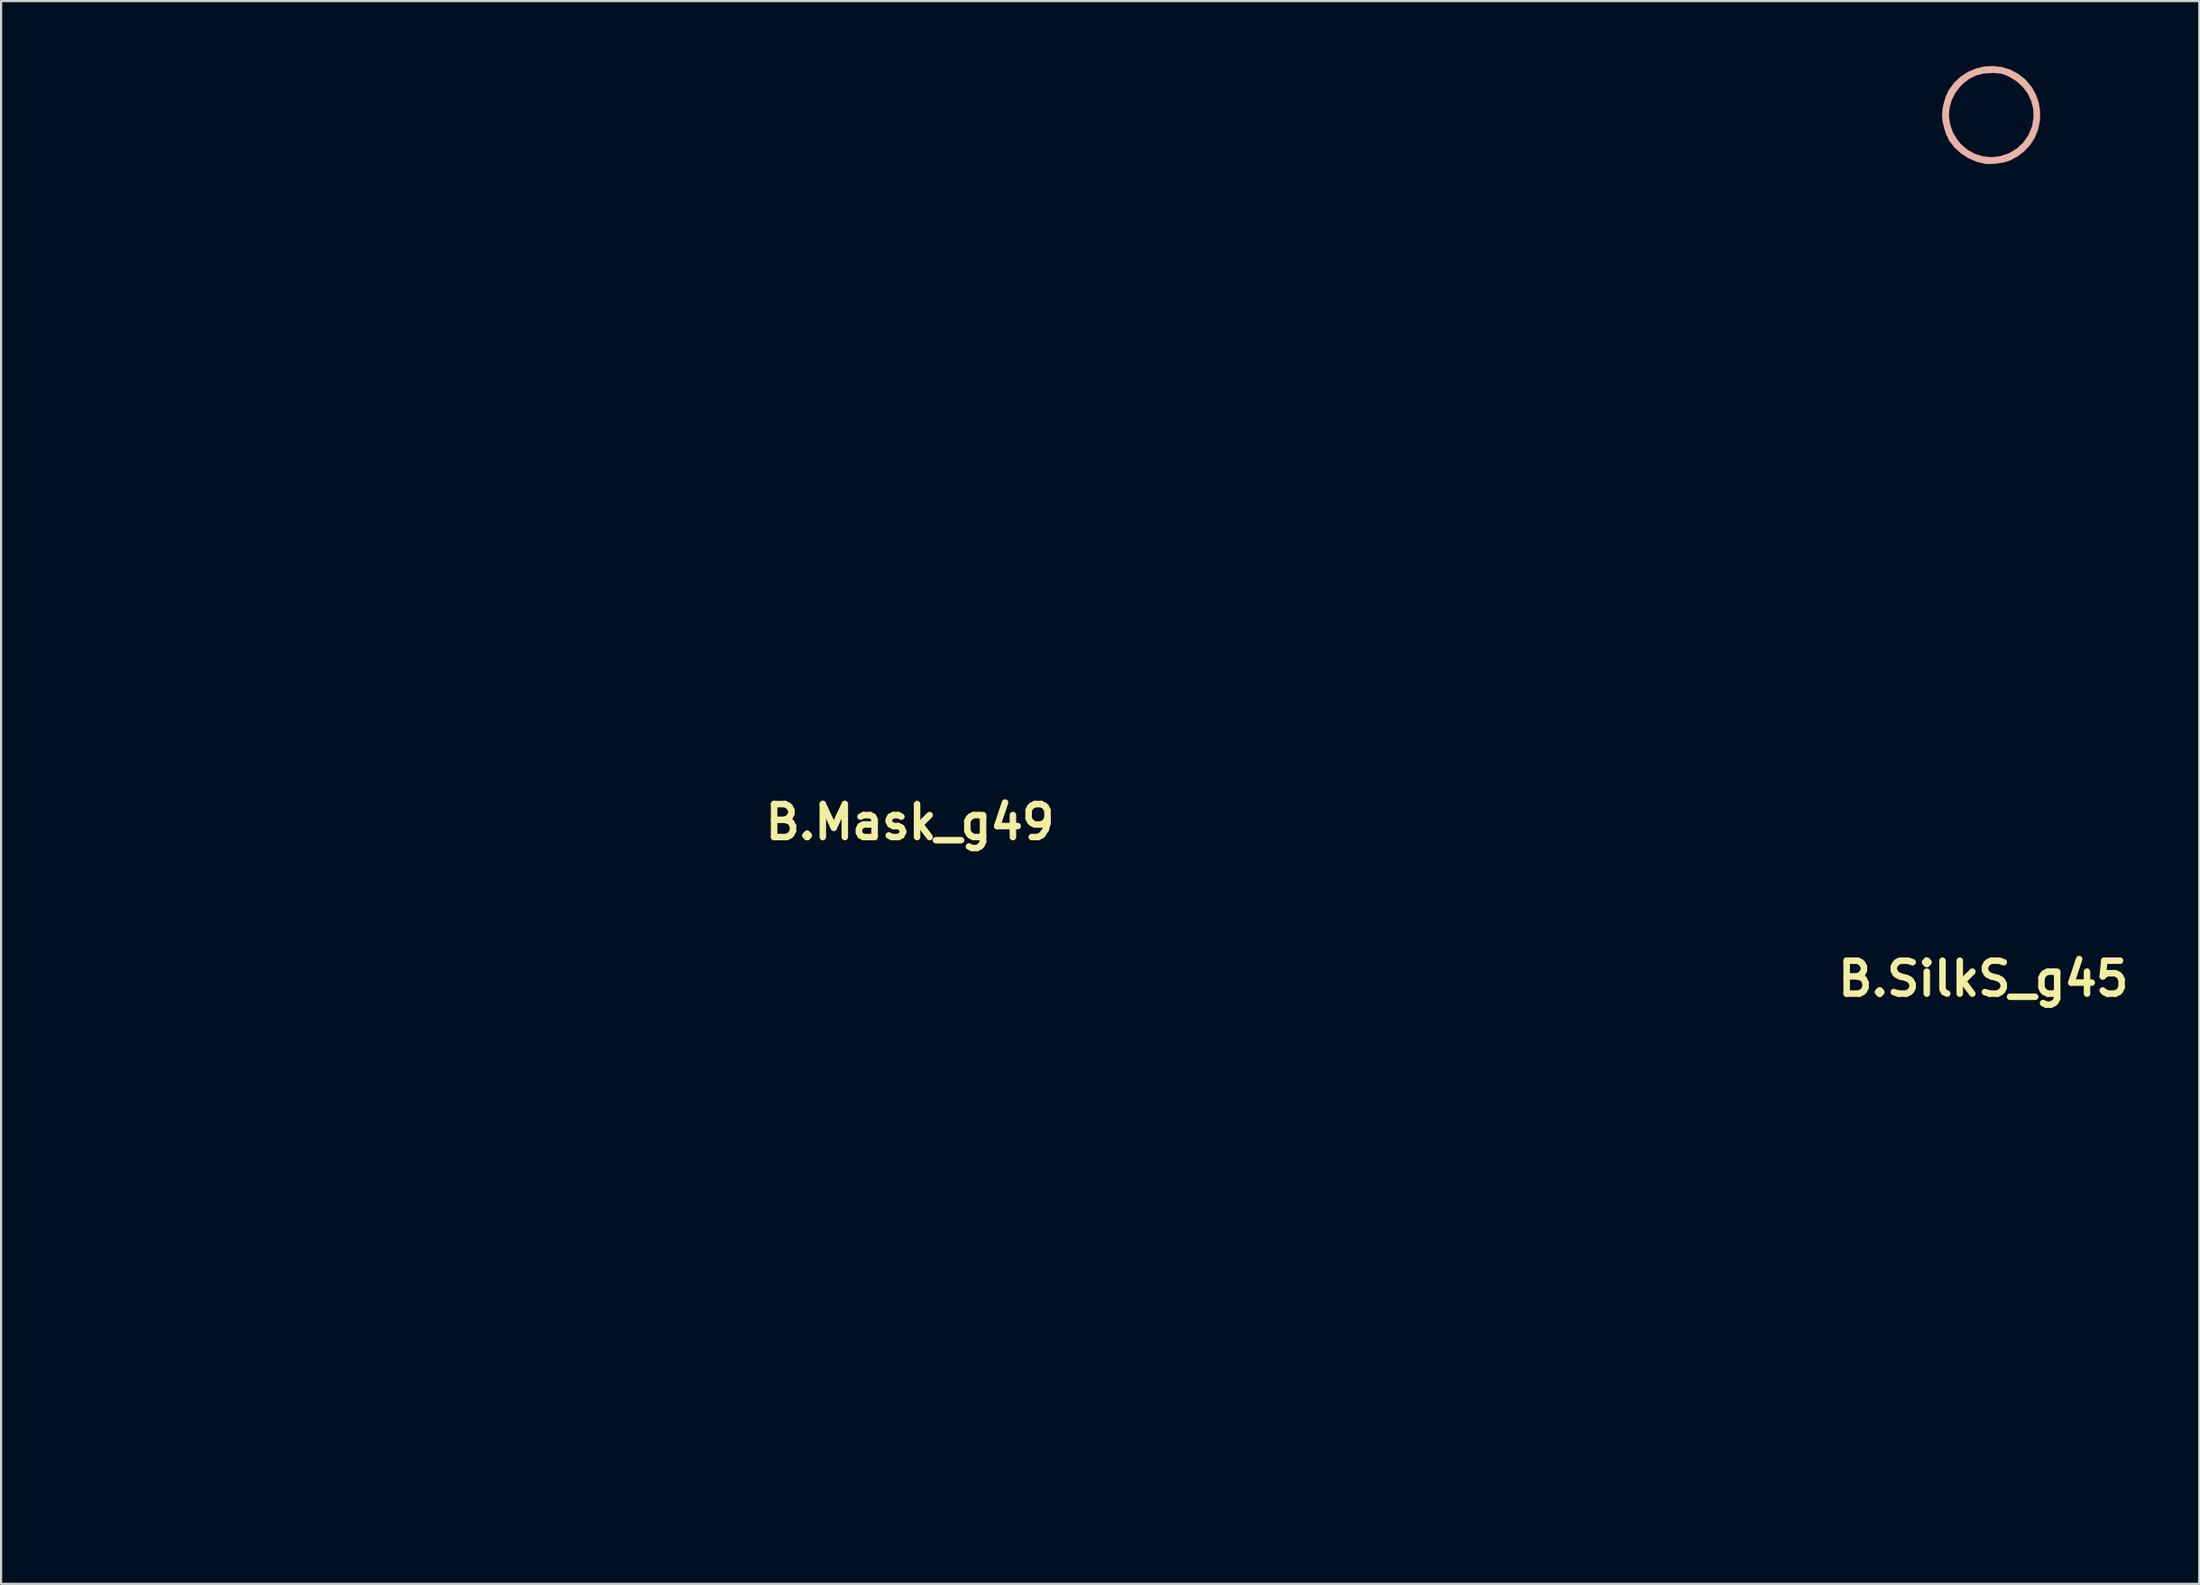
<source format=kicad_pcb>
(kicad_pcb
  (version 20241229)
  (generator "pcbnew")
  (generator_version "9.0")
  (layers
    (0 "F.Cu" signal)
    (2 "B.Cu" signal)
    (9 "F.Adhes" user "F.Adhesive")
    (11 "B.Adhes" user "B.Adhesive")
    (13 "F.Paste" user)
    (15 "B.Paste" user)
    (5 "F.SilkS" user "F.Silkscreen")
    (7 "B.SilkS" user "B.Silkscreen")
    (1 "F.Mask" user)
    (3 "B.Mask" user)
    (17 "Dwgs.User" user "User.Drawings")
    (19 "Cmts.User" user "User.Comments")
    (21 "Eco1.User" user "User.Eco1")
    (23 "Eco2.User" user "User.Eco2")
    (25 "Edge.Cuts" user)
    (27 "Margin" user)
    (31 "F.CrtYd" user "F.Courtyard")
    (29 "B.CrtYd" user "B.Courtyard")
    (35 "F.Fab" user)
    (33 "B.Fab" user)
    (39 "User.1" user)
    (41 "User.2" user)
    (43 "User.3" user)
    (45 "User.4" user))
  (footprint "B.SilkS_g45"
    (layer "F.Cu")
    (at 88.567 42.181)
    (property "Reference" "B.SilkS_g45" (at 0 0 0) (layer "F.SilkS") (effects (font (size 1.524 1.524) (thickness 0.3))))
    (attr through_hole)
    (fp_poly (pts (xy 0.868 -42.126) (xy 1.261 -42.002) (xy 1.623 -41.807) (xy 1.953 -41.54) (xy 2.22 -41.223) (xy 2.422 -40.866) (xy 2.556 -40.481) (xy 2.62 -40.076) (xy 2.611 -39.662) (xy 2.527 -39.25) (xy 2.375 -38.871) (xy 2.17 -38.547) (xy 1.902 -38.256) (xy 1.591 -38.011) (xy 1.253 -37.828) (xy 1.083 -37.766) (xy 0.875 -37.716) (xy 0.634 -37.678) (xy 0.392 -37.656) (xy 0.183 -37.654) (xy 0.106 -37.661) (xy -0.293 -37.754) (xy -0.675 -37.916) (xy -1.024 -38.139) (xy -1.326 -38.412) (xy -1.567 -38.725) (xy -1.601 -38.784) (xy -1.715 -39.03) (xy -1.81 -39.321) (xy -1.877 -39.621) (xy -1.9 -39.848) (xy -1.591 -39.848) (xy -1.537 -39.475) (xy -1.409 -39.113) (xy -1.206 -38.772) (xy -1.031 -38.562) (xy -0.726 -38.301) (xy -0.385 -38.113) (xy -0.019 -38) (xy 0.364 -37.963) (xy 0.753 -38.005) (xy 1.139 -38.126) (xy 1.218 -38.162) (xy 1.559 -38.37) (xy 1.847 -38.639) (xy 2.074 -38.963) (xy 2.233 -39.331) (xy 2.263 -39.435) (xy 2.325 -39.829) (xy 2.305 -40.215) (xy 2.21 -40.584) (xy 2.044 -40.926) (xy 1.81 -41.234) (xy 1.513 -41.496) (xy 1.203 -41.683) (xy 1.04 -41.76) (xy 0.907 -41.809) (xy 0.775 -41.838) (xy 0.611 -41.853) (xy 0.464 -41.861) (xy 0.055 -41.845) (xy -0.309 -41.759) (xy -0.639 -41.6) (xy -0.943 -41.365) (xy -1.053 -41.255) (xy -1.3 -40.936) (xy -1.472 -40.589) (xy -1.569 -40.223) (xy -1.591 -39.848) (xy -1.9 -39.848) (xy -1.905 -39.893) (xy -1.905 -39.92) (xy -1.883 -40.181) (xy -1.823 -40.473) (xy -1.734 -40.761) (xy -1.626 -41.008) (xy -1.597 -41.06) (xy -1.348 -41.403) (xy -1.047 -41.686) (xy -0.705 -41.907) (xy -0.332 -42.065) (xy 0.062 -42.155) (xy 0.465 -42.176) (xy 0.868 -42.126)) (stroke (width 0.01) (type solid)) (fill yes) (layer "B.SilkS")))
  (footprint "B.Mask_g49"
    (layer "F.Cu")
    (at 38.986 34.945)
    (property "Reference" "B.Mask_g49" (at 0 0 0) (layer "F.SilkS") (effects (font (size 1.524 1.524) (thickness 0.3))))
    (attr through_hole)
    (fp_poly (pts (xy -38.37 6.456) (xy -38.285 6.532) (xy -38.183 6.679) (xy -38.177 6.688) (xy -37.987 6.921) (xy -37.737 7.104) (xy -37.419 7.242) (xy -37.352 7.263) (xy -37.133 7.328) (xy -37.082 7.633) (xy -37.011 7.977) (xy -36.92 8.293) (xy -36.816 8.56) (xy -36.756 8.676) (xy -36.543 8.98) (xy -36.279 9.24) (xy -35.96 9.457) (xy -35.582 9.634) (xy -35.142 9.771) (xy -34.636 9.869) (xy -34.061 9.93) (xy -33.413 9.956) (xy -33.264 9.957) (xy -32.429 9.957) (xy -32.404 10.112) (xy -32.352 10.344) (xy -32.269 10.614) (xy -32.168 10.888) (xy -32.061 11.132) (xy -32.016 11.218) (xy -31.866 11.445) (xy -31.669 11.681) (xy -31.444 11.908) (xy -31.213 12.105) (xy -30.995 12.251) (xy -30.955 12.272) (xy -30.615 12.418) (xy -30.288 12.5) (xy -29.943 12.524) (xy -29.781 12.519) (xy -29.4 12.496) (xy -29.195 13.096) (xy -28.648 14.576) (xy -28.024 16.038) (xy -27.327 17.476) (xy -26.56 18.884) (xy -25.727 20.257) (xy -24.833 21.589) (xy -23.881 22.875) (xy -22.874 24.108) (xy -21.818 25.283) (xy -20.714 26.394) (xy -19.568 27.436) (xy -19.516 27.481) (xy -18.552 28.268) (xy -17.546 29.013) (xy -16.51 29.709) (xy -15.456 30.348) (xy -14.395 30.924) (xy -13.337 31.428) (xy -12.742 31.681) (xy -12.171 31.913) (xy -12.171 32.053) (xy -12.187 32.162) (xy -12.234 32.196) (xy -12.283 32.197) (xy -12.412 32.197) (xy -12.616 32.196) (xy -12.892 32.196) (xy -13.235 32.195) (xy -13.64 32.194) (xy -14.103 32.192) (xy -14.619 32.191) (xy -15.184 32.189) (xy -15.794 32.187) (xy -16.443 32.185) (xy -17.129 32.183) (xy -17.845 32.181) (xy -18.588 32.178) (xy -19.286 32.176) (xy -26.273 32.152) (xy -26.894 31.562) (xy -27.211 31.253) (xy -27.566 30.896) (xy -27.943 30.507) (xy -28.325 30.105) (xy -28.696 29.706) (xy -29.04 29.327) (xy -29.34 28.985) (xy -29.365 28.956) (xy -30.458 27.62) (xy -31.48 26.244) (xy -32.434 24.825) (xy -33.321 23.36) (xy -34.141 21.848) (xy -34.896 20.286) (xy -35.586 18.672) (xy -36.215 17.003) (xy -36.781 15.277) (xy -36.994 14.56) (xy -37.356 13.22) (xy -37.69 11.813) (xy -37.994 10.355) (xy -38.264 8.861) (xy -38.482 7.451) (xy -38.524 7.152) (xy -38.554 6.925) (xy -38.573 6.76) (xy -38.582 6.646) (xy -38.581 6.572) (xy -38.571 6.527) (xy -38.552 6.5) (xy -38.538 6.488) (xy -38.45 6.444) (xy -38.37 6.456)) (stroke (width 0.01) (type solid)) (fill yes) (layer "B.Mask"))
    (fp_poly (pts (xy 2.058 -34.912) (xy 3.602 -34.828) (xy 5.113 -34.686) (xy 6.609 -34.483) (xy 8.105 -34.217) (xy 9.618 -33.888) (xy 9.893 -33.822) (xy 11.641 -33.352) (xy 13.357 -32.805) (xy 15.04 -32.182) (xy 16.688 -31.485) (xy 18.297 -30.716) (xy 19.867 -29.877) (xy 21.394 -28.969) (xy 22.876 -27.995) (xy 24.312 -26.956) (xy 25.698 -25.853) (xy 27.034 -24.689) (xy 28.315 -23.465) (xy 29.541 -22.184) (xy 30.709 -20.846) (xy 31.817 -19.455) (xy 32.863 -18.01) (xy 33.843 -16.516) (xy 34.757 -14.972) (xy 35.601 -13.381) (xy 35.672 -13.24) (xy 35.775 -13.039) (xy 35.869 -12.868) (xy 35.946 -12.74) (xy 35.999 -12.668) (xy 36.014 -12.658) (xy 36.054 -12.621) (xy 36.068 -12.54) (xy 36.085 -12.46) (xy 36.132 -12.321) (xy 36.202 -12.139) (xy 36.289 -11.933) (xy 36.325 -11.853) (xy 36.93 -10.427) (xy 37.482 -8.945) (xy 37.978 -7.419) (xy 38.413 -5.859) (xy 38.786 -4.279) (xy 39.092 -2.69) (xy 39.329 -1.104) (xy 39.345 -0.974) (xy 39.403 -0.493) (xy 39.452 -0.058) (xy 39.492 0.344) (xy 39.524 0.727) (xy 39.55 1.105) (xy 39.569 1.493) (xy 39.583 1.903) (xy 39.593 2.349) (xy 39.598 2.846) (xy 39.601 3.407) (xy 39.601 3.704) (xy 39.6 4.298) (xy 39.596 4.822) (xy 39.589 5.288) (xy 39.577 5.711) (xy 39.56 6.105) (xy 39.538 6.483) (xy 39.509 6.859) (xy 39.473 7.247) (xy 39.429 7.66) (xy 39.375 8.114) (xy 39.345 8.361) (xy 39.084 10.132) (xy 38.74 11.887) (xy 38.315 13.622) (xy 37.81 15.334) (xy 37.227 17.021) (xy 36.567 18.678) (xy 35.831 20.303) (xy 35.02 21.893) (xy 34.136 23.444) (xy 33.18 24.954) (xy 32.153 26.418) (xy 31.927 26.721) (xy 31.388 27.424) (xy 30.86 28.083) (xy 30.329 28.715) (xy 29.778 29.337) (xy 29.195 29.965) (xy 28.564 30.617) (xy 28.228 30.956) (xy 27.136 32.046) (xy 13.468 32.046) (xy 13.454 31.93) (xy 13.453 31.89) (xy 13.466 31.853) (xy 13.503 31.811) (xy 13.571 31.76) (xy 13.681 31.693) (xy 13.841 31.603) (xy 14.061 31.485) (xy 14.256 31.381) (xy 15.579 30.649) (xy 16.828 29.893) (xy 18.013 29.106) (xy 19.143 28.281) (xy 20.229 27.411) (xy 21.278 26.491) (xy 22.113 25.698) (xy 23.243 24.532) (xy 24.298 23.326) (xy 25.279 22.08) (xy 26.186 20.792) (xy 27.019 19.463) (xy 27.778 18.093) (xy 28.463 16.681) (xy 29.076 15.227) (xy 29.613 13.737) (xy 30.05 12.307) (xy 30.414 10.872) (xy 30.706 9.424) (xy 30.927 7.956) (xy 31.079 6.461) (xy 31.161 4.931) (xy 31.175 3.36) (xy 31.159 2.591) (xy 31.121 1.648) (xy 31.068 0.775) (xy 30.998 -0.041) (xy 30.91 -0.812) (xy 30.802 -1.552) (xy 30.671 -2.274) (xy 30.517 -2.99) (xy 30.337 -3.715) (xy 30.279 -3.934) (xy 30.217 -4.164) (xy 30.178 -4.326) (xy 30.159 -4.433) (xy 30.159 -4.497) (xy 30.175 -4.531) (xy 30.186 -4.539) (xy 30.241 -4.57) (xy 30.359 -4.634) (xy 30.525 -4.723) (xy 30.725 -4.831) (xy 30.924 -4.937) (xy 31.524 -5.272) (xy 32.043 -5.595) (xy 32.483 -5.906) (xy 32.847 -6.21) (xy 33.137 -6.507) (xy 33.356 -6.801) (xy 33.505 -7.093) (xy 33.587 -7.385) (xy 33.601 -7.491) (xy 33.596 -7.798) (xy 33.532 -8.104) (xy 33.506 -8.179) (xy 33.524 -8.235) (xy 33.615 -8.317) (xy 33.747 -8.404) (xy 34.127 -8.687) (xy 34.475 -9.047) (xy 34.79 -9.479) (xy 35.069 -9.982) (xy 35.311 -10.552) (xy 35.515 -11.187) (xy 35.621 -11.615) (xy 35.664 -11.818) (xy 35.697 -11.999) (xy 35.717 -12.136) (xy 35.721 -12.21) (xy 35.717 -12.225) (xy 35.706 -12.237) (xy 35.683 -12.244) (xy 35.643 -12.246) (xy 35.581 -12.241) (xy 35.492 -12.228) (xy 35.37 -12.207) (xy 35.212 -12.176) (xy 35.011 -12.134) (xy 34.762 -12.081) (xy 34.461 -12.014) (xy 34.102 -11.934) (xy 33.681 -11.839) (xy 33.192 -11.728) (xy 32.63 -11.6) (xy 32.046 -11.467) (xy 31.494 -11.341) (xy 30.959 -11.219) (xy 30.448 -11.102) (xy 29.967 -10.993) (xy 29.523 -10.892) (xy 29.123 -10.8) (xy 28.774 -10.721) (xy 28.481 -10.654) (xy 28.252 -10.602) (xy 28.093 -10.567) (xy 28.02 -10.55) (xy 27.656 -10.469) (xy 27.388 -10.96) (xy 26.608 -12.301) (xy 25.757 -13.597) (xy 24.84 -14.846) (xy 23.857 -16.045) (xy 22.813 -17.193) (xy 21.711 -18.287) (xy 20.553 -19.324) (xy 19.343 -20.303) (xy 18.083 -21.22) (xy 16.777 -22.073) (xy 15.427 -22.861) (xy 14.036 -23.58) (xy 12.608 -24.229) (xy 11.145 -24.804) (xy 9.65 -25.305) (xy 9.204 -25.437) (xy 8.331 -25.674) (xy 7.425 -25.889) (xy 6.5 -26.082) (xy 5.57 -26.249) (xy 4.65 -26.389) (xy 3.754 -26.498) (xy 2.896 -26.576) (xy 2.09 -26.62) (xy 1.609 -26.629) (xy 1.184 -26.636) (xy 0.83 -26.657) (xy 0.531 -26.693) (xy 0.275 -26.747) (xy 0.047 -26.82) (xy -0.058 -26.863) (xy -1.163 -27.324) (xy -2.238 -27.714) (xy -3.291 -28.034) (xy -4.336 -28.289) (xy -5.38 -28.48) (xy -6.437 -28.61) (xy -7.515 -28.681) (xy -7.705 -28.687) (xy -8.907 -28.682) (xy -10.104 -28.596) (xy -11.291 -28.43) (xy -12.462 -28.186) (xy -13.613 -27.866) (xy -14.737 -27.471) (xy -15.83 -27.003) (xy -16.886 -26.463) (xy -17.9 -25.854) (xy -18.867 -25.177) (xy -18.891 -25.159) (xy -19.361 -24.786) (xy -19.847 -24.367) (xy -20.332 -23.919) (xy -20.799 -23.459) (xy -21.23 -23.003) (xy -21.608 -22.568) (xy -21.681 -22.479) (xy -22.348 -21.589) (xy -22.939 -20.667) (xy -23.454 -19.719) (xy -23.891 -18.745) (xy -24.248 -17.751) (xy -24.524 -16.738) (xy -24.678 -15.96) (xy -24.727 -15.659) (xy -24.763 -15.416) (xy -24.79 -15.203) (xy -24.81 -14.995) (xy -24.825 -14.766) (xy -24.839 -14.489) (xy -24.844 -14.381) (xy -24.873 -13.737) (xy -25.241 -13.284) (xy -25.419 -13.053) (xy -25.63 -12.764) (xy -25.864 -12.43) (xy -26.111 -12.067) (xy -26.361 -11.688) (xy -26.605 -11.308) (xy -26.833 -10.943) (xy -27.035 -10.605) (xy -27.095 -10.502) (xy -27.707 -9.364) (xy -28.256 -8.193) (xy -28.744 -6.986) (xy -29.172 -5.738) (xy -29.542 -4.444) (xy -29.854 -3.099) (xy -30.11 -1.7) (xy -30.312 -0.241) (xy -30.399 0.582) (xy -30.426 0.851) (xy -30.45 1.091) (xy -30.472 1.289) (xy -30.489 1.433) (xy -30.5 1.509) (xy -30.503 1.519) (xy -30.547 1.529) (xy -30.667 1.554) (xy -30.856 1.59) (xy -31.109 1.639) (xy -31.418 1.697) (xy -31.776 1.764) (xy -32.176 1.839) (xy -32.613 1.92) (xy -33.078 2.006) (xy -33.566 2.096) (xy -34.07 2.189) (xy -34.582 2.283) (xy -35.097 2.378) (xy -35.607 2.471) (xy -36.105 2.562) (xy -36.585 2.65) (xy -37.04 2.732) (xy -37.464 2.809) (xy -37.849 2.878) (xy -38.188 2.939) (xy -38.476 2.99) (xy -38.705 3.03) (xy -38.869 3.058) (xy -38.96 3.072) (xy -38.977 3.074) (xy -38.981 3.027) (xy -38.981 2.906) (xy -38.976 2.725) (xy -38.968 2.493) (xy -38.956 2.223) (xy -38.942 1.925) (xy -38.926 1.612) (xy -38.909 1.296) (xy -38.891 0.986) (xy -38.872 0.696) (xy -38.854 0.436) (xy -38.839 0.254) (xy -38.647 -1.514) (xy -38.373 -3.262) (xy -38.019 -4.988) (xy -37.586 -6.69) (xy -37.075 -8.366) (xy -36.487 -10.013) (xy -35.824 -11.629) (xy -35.087 -13.212) (xy -34.277 -14.76) (xy -33.395 -16.271) (xy -32.442 -17.742) (xy -31.421 -19.172) (xy -30.331 -20.557) (xy -29.174 -21.897) (xy -27.952 -23.188) (xy -26.666 -24.429) (xy -25.316 -25.617) (xy -23.905 -26.751) (xy -23.41 -27.124) (xy -21.961 -28.148) (xy -20.457 -29.11) (xy -18.903 -30.007) (xy -17.307 -30.836) (xy -15.673 -31.595) (xy -14.007 -32.28) (xy -12.315 -32.888) (xy -10.88 -33.338) (xy -9.233 -33.783) (xy -7.594 -34.154) (xy -5.953 -34.452) (xy -4.3 -34.677) (xy -2.623 -34.833) (xy -0.912 -34.919) (xy 0.466 -34.94) (xy 2.058 -34.912)) (stroke (width 0.01) (type solid)) (fill yes) (layer "B.Mask")))
  (gr_rect
    (start -3 -3)
    (end 98.541 70.147)
    (stroke (width 0.1) (type default))
    (fill no)
    (layer "Edge.Cuts")))
</source>
